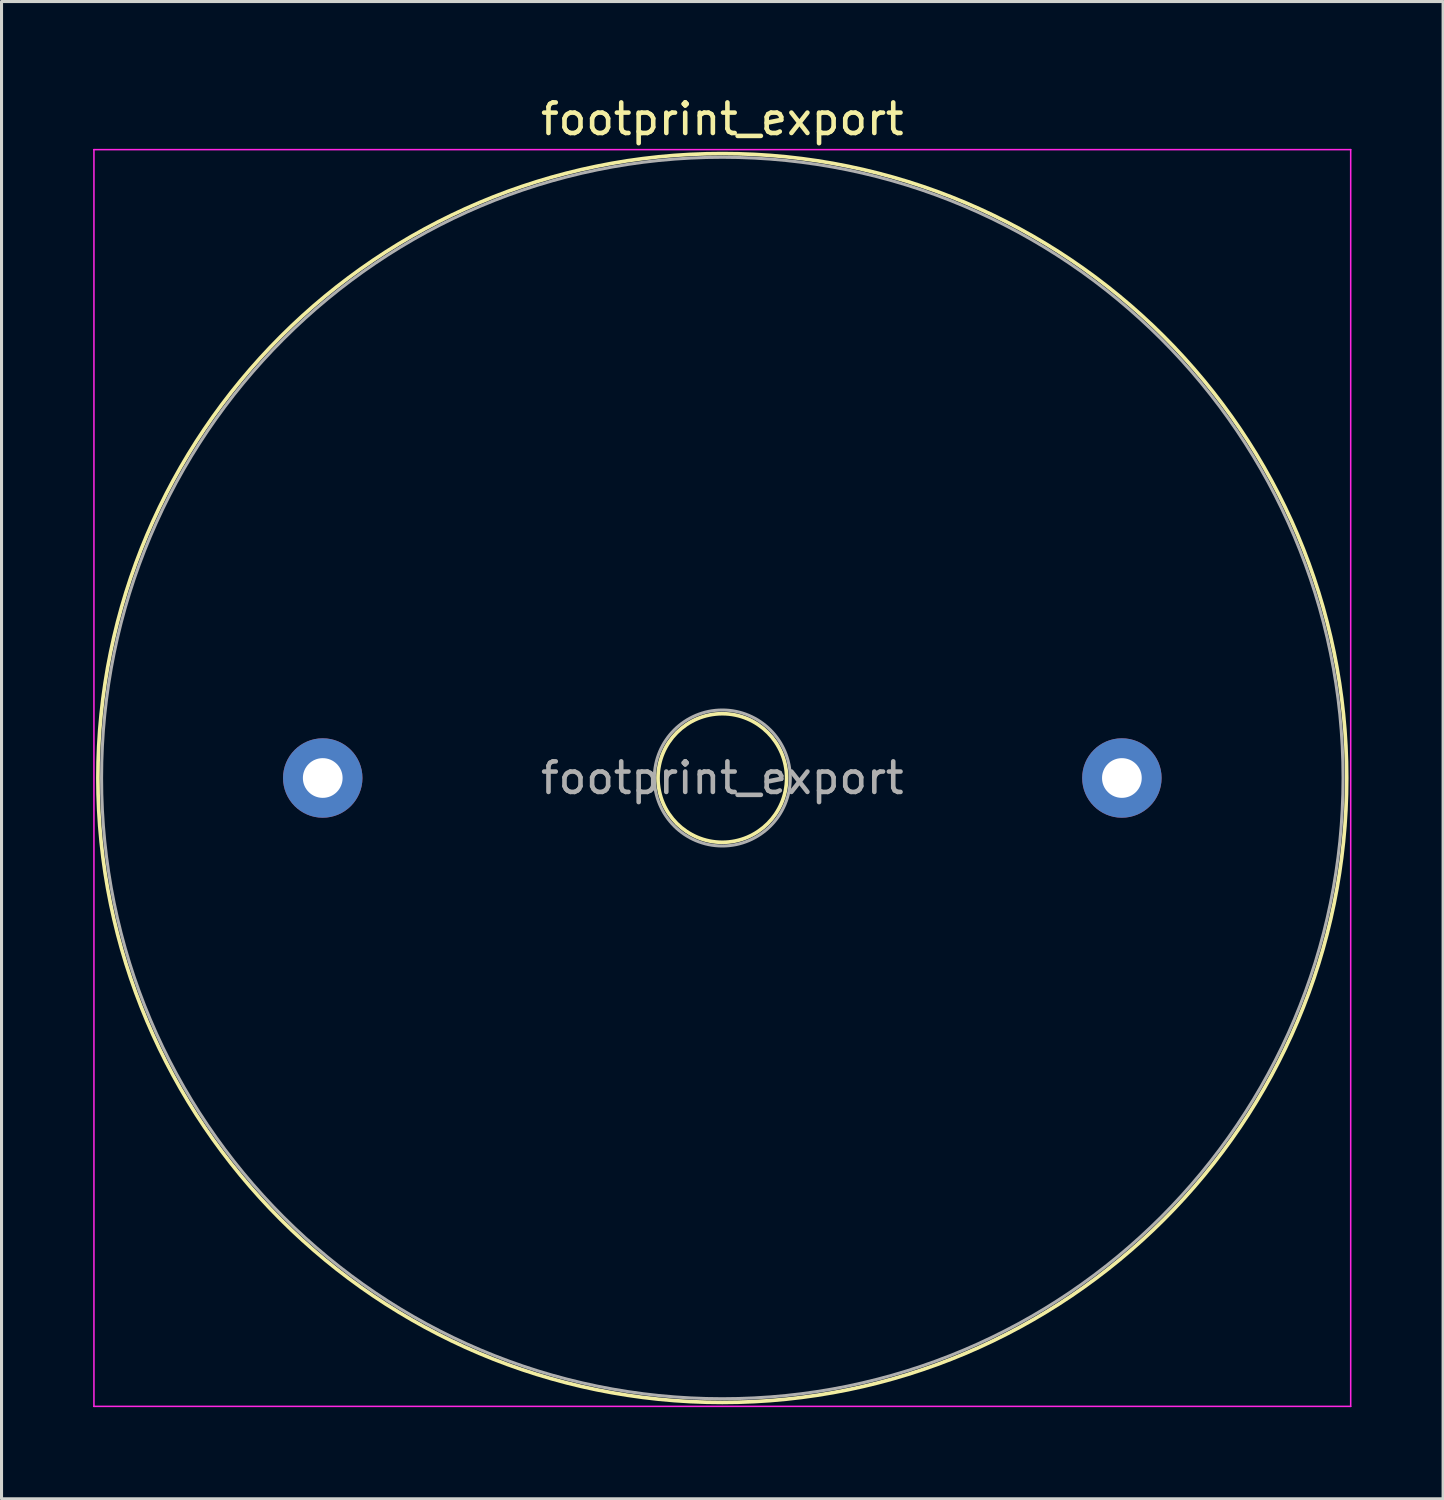
<source format=kicad_pcb>
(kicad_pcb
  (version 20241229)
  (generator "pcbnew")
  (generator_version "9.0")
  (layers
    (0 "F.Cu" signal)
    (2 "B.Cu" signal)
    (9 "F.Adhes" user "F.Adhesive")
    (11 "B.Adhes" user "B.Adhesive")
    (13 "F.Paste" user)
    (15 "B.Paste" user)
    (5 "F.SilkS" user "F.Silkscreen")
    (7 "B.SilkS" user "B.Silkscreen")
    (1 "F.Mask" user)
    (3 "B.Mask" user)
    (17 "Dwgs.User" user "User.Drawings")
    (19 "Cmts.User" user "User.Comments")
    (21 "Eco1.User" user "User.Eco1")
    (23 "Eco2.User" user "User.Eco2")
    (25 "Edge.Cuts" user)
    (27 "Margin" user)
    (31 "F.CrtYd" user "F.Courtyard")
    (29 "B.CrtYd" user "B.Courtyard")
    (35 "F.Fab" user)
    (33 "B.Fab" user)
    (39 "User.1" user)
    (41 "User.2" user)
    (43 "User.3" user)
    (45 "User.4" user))
  (footprint "footprint_export"
    (layer "F.Cu")
    (at 7.515 22.418)
    (property "Reference" "footprint_export" (at 13.08 -21.57 0) (layer "F.SilkS") (effects (font (size 1 1) (thickness 0.15))))
    (attr through_hole)
    (fp_circle (center 13.08 0) (end 15.185 0) (stroke (width 0.12) (type solid)) (fill no) (layer "F.SilkS"))
    (fp_circle (center 13.08 0) (end 33.52 0) (stroke (width 0.12) (type solid)) (fill no) (layer "F.SilkS"))
    (fp_line (start -7.49 -20.57) (end -7.49 20.57) (stroke (width 0.05) (type solid)) (layer "F.CrtYd"))
    (fp_line (start -7.49 20.57) (end 33.65 20.57) (stroke (width 0.05) (type solid)) (layer "F.CrtYd"))
    (fp_line (start 33.65 -20.57) (end -7.49 -20.57) (stroke (width 0.05) (type solid)) (layer "F.CrtYd"))
    (fp_line (start 33.65 20.57) (end 33.65 -20.57) (stroke (width 0.05) (type solid)) (layer "F.CrtYd"))
    (fp_circle (center 13.08 0) (end 15.305 0) (stroke (width 0.1) (type solid)) (fill no) (layer "F.Fab"))
    (fp_circle (center 13.08 0) (end 33.4 0) (stroke (width 0.1) (type solid)) (fill no) (layer "F.Fab"))
    (fp_text user "${REFERENCE}" (at 13.08 0 0) (layer "F.Fab") (effects (font (size 1 1) (thickness 0.15))))
    (pad "1" thru_hole circle (at 0 0) (size 2.6 2.6) (drill 1.3) (layers "*.Cu" "*.Mask"))
    (pad "2" thru_hole circle (at 26.16 0) (size 2.6 2.6) (drill 1.3) (layers "*.Cu" "*.Mask")))
  (gr_rect
    (start -3 -3)
    (end 44.19 46.013)
    (stroke (width 0.1) (type default))
    (fill no)
    (layer "Edge.Cuts")))
</source>
